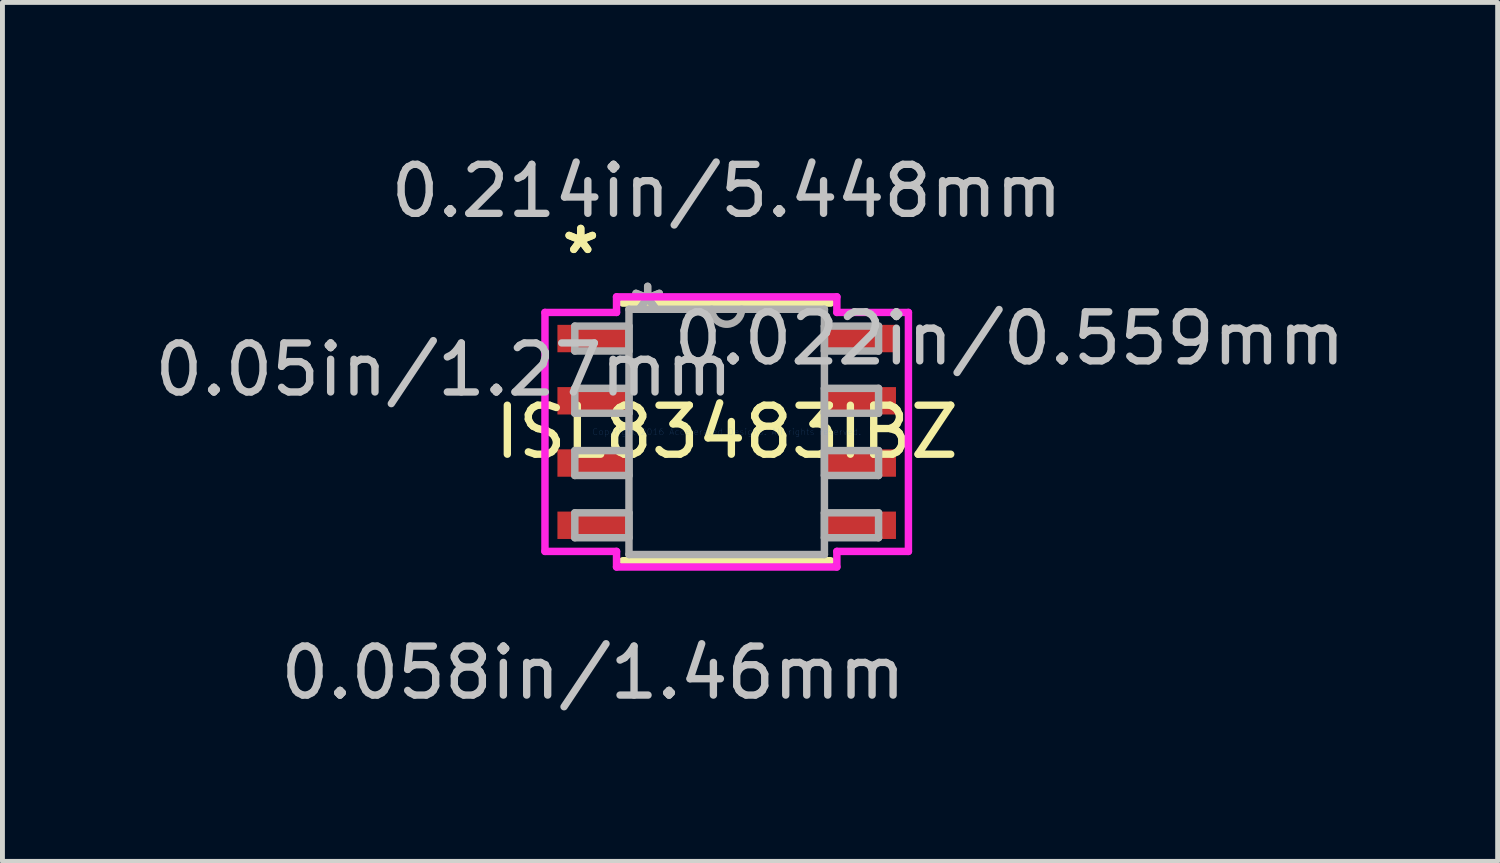
<source format=kicad_pcb>
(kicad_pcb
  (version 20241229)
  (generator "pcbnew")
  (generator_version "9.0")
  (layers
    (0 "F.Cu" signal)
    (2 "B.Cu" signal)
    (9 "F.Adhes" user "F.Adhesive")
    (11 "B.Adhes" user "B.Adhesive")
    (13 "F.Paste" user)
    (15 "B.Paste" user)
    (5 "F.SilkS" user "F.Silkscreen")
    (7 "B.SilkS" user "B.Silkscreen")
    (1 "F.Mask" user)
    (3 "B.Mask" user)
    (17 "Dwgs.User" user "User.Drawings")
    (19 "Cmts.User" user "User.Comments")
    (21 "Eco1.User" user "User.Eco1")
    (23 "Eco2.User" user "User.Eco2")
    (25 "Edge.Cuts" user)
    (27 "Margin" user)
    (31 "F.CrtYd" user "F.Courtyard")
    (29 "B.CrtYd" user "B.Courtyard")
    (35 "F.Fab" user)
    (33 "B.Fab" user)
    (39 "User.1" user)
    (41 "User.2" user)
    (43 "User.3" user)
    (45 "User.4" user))
  (footprint "ISL83483IBZ"
    (layer "F.Cu")
    (at 11.778 5.763)
    (property "Reference" "ISL83483IBZ" (at 0 0 0) (layer "F.SilkS") (effects (font (size 1 1) (thickness 0.15))))
    (attr through_hole)
    (fp_line (start -2.121 2.629) (end 2.121 2.629) (stroke (width 0.152) (type solid)) (layer "F.SilkS"))
    (fp_line (start 2.121 -2.629) (end -2.121 -2.629) (stroke (width 0.152) (type solid)) (layer "F.SilkS"))
    (fp_line (start -3.708 -2.438) (end -2.248 -2.438) (stroke (width 0.152) (type solid)) (layer "F.CrtYd"))
    (fp_line (start -3.708 2.438) (end -3.708 -2.438) (stroke (width 0.152) (type solid)) (layer "F.CrtYd"))
    (fp_line (start -2.248 -2.756) (end 2.248 -2.756) (stroke (width 0.152) (type solid)) (layer "F.CrtYd"))
    (fp_line (start -2.248 -2.438) (end -2.248 -2.756) (stroke (width 0.152) (type solid)) (layer "F.CrtYd"))
    (fp_line (start -2.248 2.438) (end -3.708 2.438) (stroke (width 0.152) (type solid)) (layer "F.CrtYd"))
    (fp_line (start -2.248 2.756) (end -2.248 2.438) (stroke (width 0.152) (type solid)) (layer "F.CrtYd"))
    (fp_line (start 2.248 -2.756) (end 2.248 -2.438) (stroke (width 0.152) (type solid)) (layer "F.CrtYd"))
    (fp_line (start 2.248 -2.438) (end 3.708 -2.438) (stroke (width 0.152) (type solid)) (layer "F.CrtYd"))
    (fp_line (start 2.248 2.438) (end 2.248 2.756) (stroke (width 0.152) (type solid)) (layer "F.CrtYd"))
    (fp_line (start 2.248 2.756) (end -2.248 2.756) (stroke (width 0.152) (type solid)) (layer "F.CrtYd"))
    (fp_line (start 3.708 -2.438) (end 3.708 2.438) (stroke (width 0.152) (type solid)) (layer "F.CrtYd"))
    (fp_line (start 3.708 2.438) (end 2.248 2.438) (stroke (width 0.152) (type solid)) (layer "F.CrtYd"))
    (fp_line (start -3.099 -2.159) (end -3.099 -1.651) (stroke (width 0.152) (type solid)) (layer "F.Fab"))
    (fp_line (start -3.099 -1.651) (end -1.994 -1.651) (stroke (width 0.152) (type solid)) (layer "F.Fab"))
    (fp_line (start -3.099 -0.889) (end -3.099 -0.381) (stroke (width 0.152) (type solid)) (layer "F.Fab"))
    (fp_line (start -3.099 -0.381) (end -1.994 -0.381) (stroke (width 0.152) (type solid)) (layer "F.Fab"))
    (fp_line (start -3.099 0.381) (end -3.099 0.889) (stroke (width 0.152) (type solid)) (layer "F.Fab"))
    (fp_line (start -3.099 0.889) (end -1.994 0.889) (stroke (width 0.152) (type solid)) (layer "F.Fab"))
    (fp_line (start -3.099 1.651) (end -3.099 2.159) (stroke (width 0.152) (type solid)) (layer "F.Fab"))
    (fp_line (start -3.099 2.159) (end -1.994 2.159) (stroke (width 0.152) (type solid)) (layer "F.Fab"))
    (fp_line (start -1.994 -2.502) (end -1.994 2.502) (stroke (width 0.152) (type solid)) (layer "F.Fab"))
    (fp_line (start -1.994 -2.159) (end -3.099 -2.159) (stroke (width 0.152) (type solid)) (layer "F.Fab"))
    (fp_line (start -1.994 -1.651) (end -1.994 -2.159) (stroke (width 0.152) (type solid)) (layer "F.Fab"))
    (fp_line (start -1.994 -0.889) (end -3.099 -0.889) (stroke (width 0.152) (type solid)) (layer "F.Fab"))
    (fp_line (start -1.994 -0.381) (end -1.994 -0.889) (stroke (width 0.152) (type solid)) (layer "F.Fab"))
    (fp_line (start -1.994 0.381) (end -3.099 0.381) (stroke (width 0.152) (type solid)) (layer "F.Fab"))
    (fp_line (start -1.994 0.889) (end -1.994 0.381) (stroke (width 0.152) (type solid)) (layer "F.Fab"))
    (fp_line (start -1.994 1.651) (end -3.099 1.651) (stroke (width 0.152) (type solid)) (layer "F.Fab"))
    (fp_line (start -1.994 2.159) (end -1.994 1.651) (stroke (width 0.152) (type solid)) (layer "F.Fab"))
    (fp_line (start -1.994 2.502) (end 1.994 2.502) (stroke (width 0.152) (type solid)) (layer "F.Fab"))
    (fp_line (start 1.994 -2.502) (end -1.994 -2.502) (stroke (width 0.152) (type solid)) (layer "F.Fab"))
    (fp_line (start 1.994 -2.159) (end 1.994 -1.651) (stroke (width 0.152) (type solid)) (layer "F.Fab"))
    (fp_line (start 1.994 -1.651) (end 3.099 -1.651) (stroke (width 0.152) (type solid)) (layer "F.Fab"))
    (fp_line (start 1.994 -0.889) (end 1.994 -0.381) (stroke (width 0.152) (type solid)) (layer "F.Fab"))
    (fp_line (start 1.994 -0.381) (end 3.099 -0.381) (stroke (width 0.152) (type solid)) (layer "F.Fab"))
    (fp_line (start 1.994 0.381) (end 1.994 0.889) (stroke (width 0.152) (type solid)) (layer "F.Fab"))
    (fp_line (start 1.994 0.889) (end 3.099 0.889) (stroke (width 0.152) (type solid)) (layer "F.Fab"))
    (fp_line (start 1.994 1.651) (end 1.994 2.159) (stroke (width 0.152) (type solid)) (layer "F.Fab"))
    (fp_line (start 1.994 2.159) (end 3.099 2.159) (stroke (width 0.152) (type solid)) (layer "F.Fab"))
    (fp_line (start 1.994 2.502) (end 1.994 -2.502) (stroke (width 0.152) (type solid)) (layer "F.Fab"))
    (fp_line (start 3.099 -2.159) (end 1.994 -2.159) (stroke (width 0.152) (type solid)) (layer "F.Fab"))
    (fp_line (start 3.099 -1.651) (end 3.099 -2.159) (stroke (width 0.152) (type solid)) (layer "F.Fab"))
    (fp_line (start 3.099 -0.889) (end 1.994 -0.889) (stroke (width 0.152) (type solid)) (layer "F.Fab"))
    (fp_line (start 3.099 -0.381) (end 3.099 -0.889) (stroke (width 0.152) (type solid)) (layer "F.Fab"))
    (fp_line (start 3.099 0.381) (end 1.994 0.381) (stroke (width 0.152) (type solid)) (layer "F.Fab"))
    (fp_line (start 3.099 0.889) (end 3.099 0.381) (stroke (width 0.152) (type solid)) (layer "F.Fab"))
    (fp_line (start 3.099 1.651) (end 1.994 1.651) (stroke (width 0.152) (type solid)) (layer "F.Fab"))
    (fp_line (start 3.099 2.159) (end 3.099 1.651) (stroke (width 0.152) (type solid)) (layer "F.Fab"))
    (fp_arc (start 0.3048 -2.5019) (mid 0 -2.1971) (end -0.3048 -2.5019) (stroke (width 0.1524) (type solid)) (layer "F.Fab"))
    (fp_text user "*" (at -2.978 -3.607 0) (layer "F.SilkS") (effects (font (size 1 1) (thickness 0.15))))
    (fp_text user "*" (at -2.978 -3.607 0) (layer "F.SilkS") (effects (font (size 1 1) (thickness 0.15))))
    (fp_text user "0.058in/1.46mm" (at -2.724 4.915 0) (layer "Dwgs.User") (effects (font (size 1 1) (thickness 0.15))))
    (fp_text user "0.022in/0.559mm" (at 5.772 -1.905 0) (layer "Dwgs.User") (effects (font (size 1 1) (thickness 0.15))))
    (fp_text user "0.214in/5.448mm" (at 0 -4.915 0) (layer "Dwgs.User") (effects (font (size 1 1) (thickness 0.15))))
    (fp_text user "0.05in/1.27mm" (at -5.772 -1.27 0) (layer "Dwgs.User") (effects (font (size 1 1) (thickness 0.15))))
    (fp_text user "Copyright 2016 Accelerated Designs. All rights reserved." (at 0 0 0) (layer "Cmts.User") (effects (font (size 0.127 0.127) (thickness 0.002))))
    (fp_text user "*" (at -1.613 -2.426 0) (layer "F.Fab") (effects (font (size 1 1) (thickness 0.15))))
    (fp_text user "*" (at -1.613 -2.426 0) (layer "F.Fab") (effects (font (size 1 1) (thickness 0.15))))
    (pad "1" smd rect (at -2.724 -1.905) (size 1.46 0.559) (layers "F.Cu" "F.Mask" "F.Paste"))
    (pad "2" smd rect (at -2.724 -0.635) (size 1.46 0.559) (layers "F.Cu" "F.Mask" "F.Paste"))
    (pad "3" smd rect (at -2.724 0.635) (size 1.46 0.559) (layers "F.Cu" "F.Mask" "F.Paste"))
    (pad "4" smd rect (at -2.724 1.905) (size 1.46 0.559) (layers "F.Cu" "F.Mask" "F.Paste"))
    (pad "5" smd rect (at 2.724 1.905) (size 1.46 0.559) (layers "F.Cu" "F.Mask" "F.Paste"))
    (pad "6" smd rect (at 2.724 0.635) (size 1.46 0.559) (layers "F.Cu" "F.Mask" "F.Paste"))
    (pad "7" smd rect (at 2.724 -0.635) (size 1.46 0.559) (layers "F.Cu" "F.Mask" "F.Paste"))
    (pad "8" smd rect (at 2.724 -1.905) (size 1.46 0.559) (layers "F.Cu" "F.Mask" "F.Paste")))
  (gr_rect
    (start -3 -3)
    (end 27.509 14.526)
    (stroke (width 0.1) (type default))
    (fill no)
    (layer "Edge.Cuts")))
</source>
